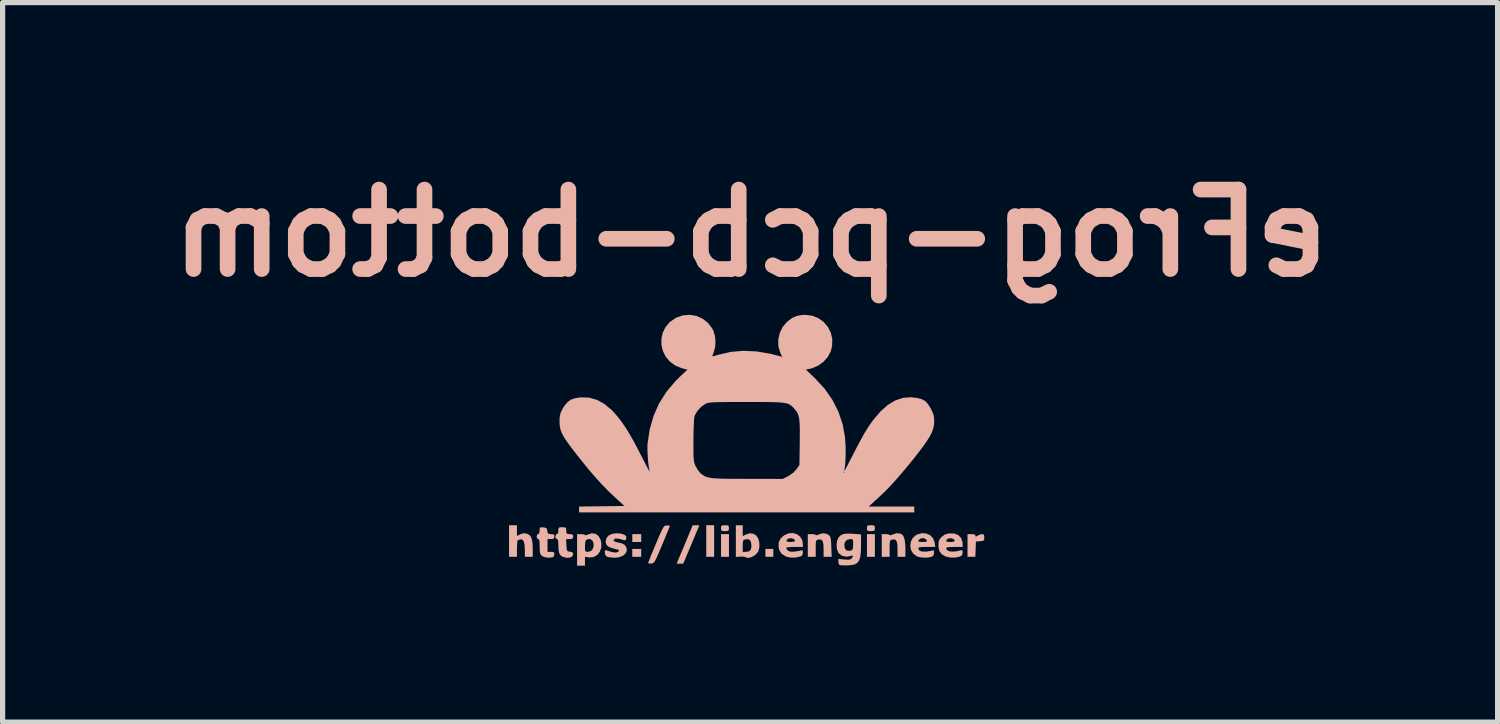
<source format=kicad_pcb>
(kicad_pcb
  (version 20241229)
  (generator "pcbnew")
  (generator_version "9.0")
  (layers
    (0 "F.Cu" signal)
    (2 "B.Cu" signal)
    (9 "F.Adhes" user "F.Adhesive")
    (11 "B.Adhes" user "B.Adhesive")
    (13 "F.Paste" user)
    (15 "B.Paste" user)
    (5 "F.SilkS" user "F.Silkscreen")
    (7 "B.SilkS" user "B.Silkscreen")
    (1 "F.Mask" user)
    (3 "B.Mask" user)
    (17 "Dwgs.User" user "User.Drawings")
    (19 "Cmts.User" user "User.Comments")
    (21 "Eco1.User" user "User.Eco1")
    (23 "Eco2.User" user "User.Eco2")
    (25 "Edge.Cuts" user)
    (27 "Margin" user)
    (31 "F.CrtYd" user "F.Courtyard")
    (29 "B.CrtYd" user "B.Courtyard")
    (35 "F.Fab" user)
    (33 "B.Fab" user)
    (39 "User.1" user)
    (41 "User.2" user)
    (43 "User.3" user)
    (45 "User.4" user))
  (footprint "eFrog-pcb-bottom"
    (layer "F.Cu")
    (at 11.228 5.418)
    (property "Reference" "eFrog-pcb-bottom" (at 0.1 -4 0) (layer "B.SilkS") (effects (font (size 1.524 1.524) (thickness 0.3)) (justify mirror)))
    (attr board_only exclude_from_pos_files exclude_from_bom)
    (fp_poly (pts (xy -1.987 1.921) (xy -2.158 1.921) (xy -2.158 1.77) (xy -1.987 1.77)) (stroke (width 0) (type solid)) (fill yes) (layer "B.SilkS"))
    (fp_poly (pts (xy -1.987 2.205) (xy -2.158 2.205) (xy -2.158 2.054) (xy -1.987 2.054)) (stroke (width 0) (type solid)) (fill yes) (layer "B.SilkS"))
    (fp_poly (pts (xy -0.589 2.205) (xy -0.74 2.205) (xy -0.74 1.6) (xy -0.589 1.6)) (stroke (width 0) (type solid)) (fill yes) (layer "B.SilkS"))
    (fp_poly (pts (xy -0.305 2.205) (xy -0.457 2.205) (xy -0.457 1.77) (xy -0.305 1.77)) (stroke (width 0) (type solid)) (fill yes) (layer "B.SilkS"))
    (fp_poly (pts (xy 0.545 2.205) (xy 0.394 2.205) (xy 0.394 2.054) (xy 0.545 2.054)) (stroke (width 0) (type solid)) (fill yes) (layer "B.SilkS"))
    (fp_poly (pts (xy 2.492 2.205) (xy 2.34 2.205) (xy 2.34 1.77) (xy 2.492 1.77)) (stroke (width 0) (type solid)) (fill yes) (layer "B.SilkS"))
    (fp_poly (pts (xy -0.901 1.671) (xy -0.918 1.712) (xy -0.947 1.78) (xy -0.984 1.869) (xy -1.026 1.969) (xy -1.056 2.039) (xy -1.182 2.337) (xy -1.308 2.337) (xy -1.278 2.266) (xy -1.261 2.225) (xy -1.232 2.156) (xy -1.195 2.068) (xy -1.153 1.968) (xy -1.124 1.898) (xy -1 1.6) (xy -0.872 1.6)) (stroke (width 0) (type solid)) (fill yes) (layer "B.SilkS"))
    (fp_poly (pts (xy -0.333 1.602) (xy -0.311 1.614) (xy -0.306 1.645) (xy -0.305 1.657) (xy -0.308 1.693) (xy -0.325 1.709) (xy -0.365 1.713) (xy -0.381 1.713) (xy -0.43 1.711) (xy -0.451 1.699) (xy -0.457 1.669) (xy -0.457 1.657) (xy -0.454 1.62) (xy -0.438 1.604) (xy -0.397 1.6) (xy -0.381 1.6)) (stroke (width 0) (type solid)) (fill yes) (layer "B.SilkS"))
    (fp_poly (pts (xy 2.464 1.602) (xy 2.486 1.614) (xy 2.491 1.645) (xy 2.492 1.657) (xy 2.489 1.693) (xy 2.472 1.709) (xy 2.432 1.713) (xy 2.416 1.713) (xy 2.367 1.711) (xy 2.346 1.699) (xy 2.34 1.669) (xy 2.34 1.657) (xy 2.343 1.62) (xy 2.36 1.604) (xy 2.4 1.6) (xy 2.416 1.6)) (stroke (width 0) (type solid)) (fill yes) (layer "B.SilkS"))
    (fp_poly (pts (xy 4.396 1.774) (xy 4.417 1.789) (xy 4.419 1.8) (xy 4.423 1.818) (xy 4.44 1.814) (xy 4.461 1.8) (xy 4.51 1.777) (xy 4.546 1.77) (xy 4.576 1.776) (xy 4.588 1.801) (xy 4.589 1.835) (xy 4.587 1.876) (xy 4.573 1.896) (xy 4.536 1.904) (xy 4.509 1.906) (xy 4.429 1.912) (xy 4.418 2.205) (xy 4.268 2.205) (xy 4.268 1.77) (xy 4.344 1.77)) (stroke (width 0) (type solid)) (fill yes) (layer "B.SilkS"))
    (fp_poly (pts (xy -4.369 1.806) (xy -4.317 1.779) (xy -4.25 1.754) (xy -4.189 1.759) (xy -4.153 1.773) (xy -4.113 1.804) (xy -4.087 1.857) (xy -4.071 1.937) (xy -4.066 2.049) (xy -4.066 2.056) (xy -4.066 2.205) (xy -4.218 2.205) (xy -4.218 2.064) (xy -4.224 1.966) (xy -4.242 1.901) (xy -4.272 1.871) (xy -4.307 1.873) (xy -4.342 1.883) (xy -4.351 1.883) (xy -4.359 1.901) (xy -4.365 1.947) (xy -4.368 2.014) (xy -4.369 2.044) (xy -4.369 2.205) (xy -4.52 2.205) (xy -4.52 1.6) (xy -4.369 1.6)) (stroke (width 0) (type solid)) (fill yes) (layer "B.SilkS"))
    (fp_poly (pts (xy 2.988 1.762) (xy 2.992 1.763) (xy 3.033 1.797) (xy 3.06 1.863) (xy 3.075 1.963) (xy 3.077 2.043) (xy 3.077 2.205) (xy 2.926 2.205) (xy 2.926 2.054) (xy 2.922 1.964) (xy 2.909 1.906) (xy 2.884 1.877) (xy 2.843 1.872) (xy 2.816 1.877) (xy 2.796 1.885) (xy 2.784 1.902) (xy 2.777 1.936) (xy 2.775 1.995) (xy 2.775 2.046) (xy 2.775 2.205) (xy 2.624 2.205) (xy 2.624 1.77) (xy 2.699 1.77) (xy 2.747 1.774) (xy 2.773 1.784) (xy 2.775 1.788) (xy 2.789 1.793) (xy 2.824 1.78) (xy 2.827 1.779) (xy 2.909 1.753)) (stroke (width 0) (type solid)) (fill yes) (layer "B.SilkS"))
    (fp_poly (pts (xy 1.564 1.763) (xy 1.606 1.787) (xy 1.627 1.807) (xy 1.64 1.832) (xy 1.648 1.871) (xy 1.654 1.931) (xy 1.657 2.014) (xy 1.664 2.205) (xy 1.509 2.205) (xy 1.509 2.054) (xy 1.505 1.964) (xy 1.492 1.906) (xy 1.466 1.877) (xy 1.426 1.872) (xy 1.398 1.877) (xy 1.378 1.885) (xy 1.366 1.902) (xy 1.36 1.936) (xy 1.358 1.995) (xy 1.358 2.046) (xy 1.358 2.205) (xy 1.206 2.205) (xy 1.206 1.77) (xy 1.282 1.77) (xy 1.329 1.774) (xy 1.356 1.784) (xy 1.358 1.788) (xy 1.372 1.793) (xy 1.406 1.78) (xy 1.41 1.779) (xy 1.49 1.754)) (stroke (width 0) (type solid)) (fill yes) (layer "B.SilkS"))
    (fp_poly (pts (xy -1.458 1.604) (xy -1.44 1.612) (xy -1.439 1.613) (xy -1.446 1.635) (xy -1.466 1.686) (xy -1.496 1.76) (xy -1.534 1.853) (xy -1.578 1.959) (xy -1.587 1.978) (xy -1.637 2.097) (xy -1.675 2.185) (xy -1.704 2.248) (xy -1.726 2.289) (xy -1.745 2.314) (xy -1.762 2.327) (xy -1.781 2.332) (xy -1.795 2.334) (xy -1.836 2.333) (xy -1.855 2.325) (xy -1.855 2.324) (xy -1.847 2.303) (xy -1.828 2.252) (xy -1.798 2.178) (xy -1.759 2.085) (xy -1.715 1.979) (xy -1.707 1.959) (xy -1.657 1.84) (xy -1.618 1.752) (xy -1.589 1.69) (xy -1.567 1.648) (xy -1.548 1.623) (xy -1.531 1.61) (xy -1.512 1.605) (xy -1.499 1.604)) (stroke (width 0) (type solid)) (fill yes) (layer "B.SilkS"))
    (fp_poly (pts (xy -0.041 1.809) (xy 0.015 1.78) (xy 0.095 1.754) (xy 0.166 1.764) (xy 0.216 1.795) (xy 0.255 1.85) (xy 0.276 1.926) (xy 0.279 2.01) (xy 0.262 2.088) (xy 0.254 2.107) (xy 0.215 2.156) (xy 0.16 2.196) (xy 0.101 2.22) (xy 0.046 2.226) (xy 0.009 2.211) (xy -0.016 2.204) (xy -0.065 2.201) (xy -0.089 2.202) (xy -0.173 2.207) (xy -0.173 2.11) (xy -0.041 2.11) (xy 0.025 2.11) (xy 0.08 2.101) (xy 0.111 2.072) (xy 0.125 2.021) (xy 0.124 1.962) (xy 0.112 1.908) (xy 0.09 1.878) (xy 0.049 1.868) (xy 0.009 1.872) (xy -0.019 1.881) (xy -0.034 1.899) (xy -0.04 1.935) (xy -0.041 1.997) (xy -0.041 2.11) (xy -0.173 2.11) (xy -0.173 1.6) (xy -0.041 1.6)) (stroke (width 0) (type solid)) (fill yes) (layer "B.SilkS"))
    (fp_poly (pts (xy -2.862 1.764) (xy -2.805 1.807) (xy -2.765 1.878) (xy -2.752 1.931) (xy -2.752 2.026) (xy -2.78 2.107) (xy -2.83 2.171) (xy -2.898 2.209) (xy -2.979 2.218) (xy -2.991 2.216) (xy -3.065 2.204) (xy -3.065 2.375) (xy -3.216 2.375) (xy -3.216 1.999) (xy -3.065 1.999) (xy -3.064 2.061) (xy -3.058 2.094) (xy -3.044 2.108) (xy -3.016 2.11) (xy -3.009 2.11) (xy -2.95 2.094) (xy -2.924 2.068) (xy -2.9 2.012) (xy -2.899 1.953) (xy -2.917 1.902) (xy -2.953 1.87) (xy -2.979 1.865) (xy -3.025 1.87) (xy -3.051 1.893) (xy -3.062 1.94) (xy -3.065 1.999) (xy -3.216 1.999) (xy -3.216 1.77) (xy -3.14 1.77) (xy -3.093 1.774) (xy -3.067 1.784) (xy -3.065 1.788) (xy -3.051 1.793) (xy -3.016 1.78) (xy -3.013 1.779) (xy -2.933 1.754)) (stroke (width 0) (type solid)) (fill yes) (layer "B.SilkS"))
    (fp_poly (pts (xy -3.863 1.641) (xy -3.816 1.649) (xy -3.795 1.667) (xy -3.787 1.707) (xy -3.786 1.709) (xy -3.778 1.75) (xy -3.757 1.767) (xy -3.716 1.77) (xy -3.671 1.774) (xy -3.653 1.79) (xy -3.651 1.817) (xy -3.656 1.849) (xy -3.678 1.862) (xy -3.717 1.865) (xy -3.783 1.865) (xy -3.783 2.11) (xy -3.717 2.11) (xy -3.672 2.114) (xy -3.654 2.13) (xy -3.651 2.155) (xy -3.662 2.195) (xy -3.68 2.212) (xy -3.739 2.222) (xy -3.808 2.219) (xy -3.864 2.203) (xy -3.868 2.201) (xy -3.9 2.179) (xy -3.92 2.152) (xy -3.93 2.11) (xy -3.933 2.045) (xy -3.934 2.002) (xy -3.935 1.928) (xy -3.941 1.886) (xy -3.953 1.867) (xy -3.962 1.865) (xy -3.985 1.848) (xy -3.991 1.817) (xy -3.981 1.779) (xy -3.962 1.77) (xy -3.942 1.756) (xy -3.934 1.711) (xy -3.934 1.703) (xy -3.932 1.659) (xy -3.918 1.641) (xy -3.881 1.64)) (stroke (width 0) (type solid)) (fill yes) (layer "B.SilkS"))
    (fp_poly (pts (xy -3.451 1.64) (xy -3.429 1.652) (xy -3.424 1.684) (xy -3.424 1.704) (xy -3.421 1.748) (xy -3.404 1.766) (xy -3.363 1.77) (xy -3.358 1.77) (xy -3.313 1.774) (xy -3.295 1.79) (xy -3.291 1.817) (xy -3.296 1.849) (xy -3.318 1.862) (xy -3.359 1.865) (xy -3.426 1.865) (xy -3.42 1.983) (xy -3.416 2.047) (xy -3.409 2.083) (xy -3.394 2.099) (xy -3.366 2.105) (xy -3.353 2.107) (xy -3.31 2.116) (xy -3.293 2.139) (xy -3.291 2.157) (xy -3.308 2.196) (xy -3.35 2.219) (xy -3.411 2.224) (xy -3.482 2.209) (xy -3.493 2.205) (xy -3.534 2.177) (xy -3.56 2.131) (xy -3.573 2.059) (xy -3.575 1.989) (xy -3.577 1.919) (xy -3.583 1.881) (xy -3.597 1.866) (xy -3.603 1.865) (xy -3.626 1.848) (xy -3.632 1.817) (xy -3.622 1.779) (xy -3.603 1.77) (xy -3.582 1.756) (xy -3.575 1.71) (xy -3.575 1.704) (xy -3.573 1.662) (xy -3.559 1.643) (xy -3.522 1.638) (xy -3.499 1.638)) (stroke (width 0) (type solid)) (fill yes) (layer "B.SilkS"))
    (fp_poly (pts (xy -2.367 1.763) (xy -2.303 1.784) (xy -2.272 1.818) (xy -2.275 1.865) (xy -2.278 1.873) (xy -2.29 1.887) (xy -2.317 1.887) (xy -2.366 1.872) (xy -2.435 1.856) (xy -2.486 1.858) (xy -2.514 1.879) (xy -2.517 1.892) (xy -2.499 1.911) (xy -2.455 1.926) (xy -2.439 1.929) (xy -2.356 1.948) (xy -2.303 1.978) (xy -2.273 2.021) (xy -2.271 2.026) (xy -2.263 2.089) (xy -2.288 2.142) (xy -2.339 2.185) (xy -2.41 2.213) (xy -2.497 2.224) (xy -2.594 2.215) (xy -2.63 2.207) (xy -2.666 2.187) (xy -2.681 2.146) (xy -2.683 2.131) (xy -2.685 2.089) (xy -2.674 2.076) (xy -2.655 2.081) (xy -2.555 2.113) (xy -2.481 2.124) (xy -2.435 2.113) (xy -2.433 2.111) (xy -2.413 2.091) (xy -2.416 2.077) (xy -2.447 2.064) (xy -2.501 2.051) (xy -2.586 2.026) (xy -2.639 1.993) (xy -2.664 1.949) (xy -2.668 1.912) (xy -2.651 1.843) (xy -2.605 1.792) (xy -2.534 1.762) (xy -2.441 1.754)) (stroke (width 0) (type solid)) (fill yes) (layer "B.SilkS"))
    (fp_poly (pts (xy 0.995 1.77) (xy 1.057 1.816) (xy 1.099 1.883) (xy 1.112 1.96) (xy 1.112 2.016) (xy 0.951 2.016) (xy 0.879 2.018) (xy 0.823 2.023) (xy 0.793 2.03) (xy 0.791 2.033) (xy 0.803 2.059) (xy 0.822 2.083) (xy 0.854 2.102) (xy 0.902 2.108) (xy 0.95 2.105) (xy 1.012 2.097) (xy 1.063 2.087) (xy 1.079 2.082) (xy 1.102 2.079) (xy 1.111 2.101) (xy 1.112 2.125) (xy 1.105 2.168) (xy 1.077 2.193) (xy 1.052 2.203) (xy 0.965 2.22) (xy 0.869 2.219) (xy 0.786 2.199) (xy 0.781 2.197) (xy 0.705 2.147) (xy 0.66 2.078) (xy 0.646 2.012) (xy 0.65 1.924) (xy 0.668 1.888) (xy 0.798 1.888) (xy 0.8 1.908) (xy 0.839 1.92) (xy 0.874 1.921) (xy 0.931 1.918) (xy 0.957 1.905) (xy 0.961 1.893) (xy 0.945 1.869) (xy 0.906 1.852) (xy 0.862 1.849) (xy 0.831 1.858) (xy 0.798 1.888) (xy 0.668 1.888) (xy 0.685 1.853) (xy 0.751 1.794) (xy 0.835 1.756) (xy 0.918 1.749)) (stroke (width 0) (type solid)) (fill yes) (layer "B.SilkS"))
    (fp_poly (pts (xy 3.475 1.758) (xy 3.55 1.79) (xy 3.606 1.848) (xy 3.637 1.927) (xy 3.639 1.937) (xy 3.649 2.016) (xy 3.486 2.016) (xy 3.404 2.017) (xy 3.353 2.022) (xy 3.328 2.031) (xy 3.323 2.042) (xy 3.34 2.081) (xy 3.387 2.103) (xy 3.464 2.106) (xy 3.469 2.106) (xy 3.53 2.098) (xy 3.579 2.088) (xy 3.592 2.083) (xy 3.615 2.079) (xy 3.624 2.1) (xy 3.625 2.128) (xy 3.617 2.175) (xy 3.587 2.201) (xy 3.577 2.205) (xy 3.501 2.221) (xy 3.411 2.221) (xy 3.327 2.206) (xy 3.289 2.192) (xy 3.224 2.141) (xy 3.184 2.072) (xy 3.171 1.993) (xy 3.182 1.913) (xy 3.186 1.906) (xy 3.323 1.906) (xy 3.34 1.915) (xy 3.383 1.921) (xy 3.408 1.921) (xy 3.459 1.918) (xy 3.489 1.911) (xy 3.493 1.906) (xy 3.477 1.875) (xy 3.439 1.851) (xy 3.408 1.846) (xy 3.364 1.857) (xy 3.331 1.884) (xy 3.323 1.906) (xy 3.186 1.906) (xy 3.22 1.842) (xy 3.282 1.788) (xy 3.297 1.78) (xy 3.388 1.753)) (stroke (width 0) (type solid)) (fill yes) (layer "B.SilkS"))
    (fp_poly (pts (xy 4.015 1.759) (xy 4.093 1.79) (xy 4.146 1.847) (xy 4.172 1.927) (xy 4.174 1.958) (xy 4.174 2.016) (xy 4.013 2.016) (xy 3.928 2.018) (xy 3.877 2.024) (xy 3.857 2.037) (xy 3.863 2.059) (xy 3.884 2.082) (xy 3.924 2.101) (xy 3.989 2.106) (xy 4.066 2.098) (xy 4.131 2.082) (xy 4.161 2.077) (xy 4.172 2.094) (xy 4.174 2.125) (xy 4.167 2.168) (xy 4.138 2.193) (xy 4.114 2.203) (xy 4.026 2.22) (xy 3.931 2.219) (xy 3.848 2.199) (xy 3.843 2.197) (xy 3.77 2.153) (xy 3.728 2.095) (xy 3.711 2.014) (xy 3.711 1.986) (xy 3.714 1.921) (xy 3.724 1.888) (xy 3.859 1.888) (xy 3.862 1.908) (xy 3.9 1.92) (xy 3.936 1.921) (xy 3.993 1.918) (xy 4.019 1.905) (xy 4.022 1.893) (xy 4.006 1.869) (xy 3.968 1.852) (xy 3.923 1.849) (xy 3.893 1.858) (xy 3.859 1.888) (xy 3.724 1.888) (xy 3.727 1.878) (xy 3.757 1.838) (xy 3.77 1.825) (xy 3.831 1.779) (xy 3.905 1.758) (xy 3.916 1.756)) (stroke (width 0) (type solid)) (fill yes) (layer "B.SilkS"))
    (fp_poly (pts (xy 2.046 1.762) (xy 2.076 1.764) (xy 2.227 1.776) (xy 2.227 1.967) (xy 2.224 2.1) (xy 2.213 2.201) (xy 2.191 2.273) (xy 2.156 2.321) (xy 2.105 2.351) (xy 2.034 2.365) (xy 1.975 2.369) (xy 1.905 2.37) (xy 1.848 2.368) (xy 1.817 2.364) (xy 1.816 2.363) (xy 1.799 2.339) (xy 1.792 2.299) (xy 1.792 2.246) (xy 1.909 2.257) (xy 1.976 2.261) (xy 2.016 2.257) (xy 2.04 2.244) (xy 2.05 2.232) (xy 2.073 2.194) (xy 2.066 2.18) (xy 2.03 2.188) (xy 2.023 2.19) (xy 1.943 2.203) (xy 1.867 2.187) (xy 1.806 2.144) (xy 1.79 2.123) (xy 1.765 2.057) (xy 1.759 1.985) (xy 1.906 1.985) (xy 1.918 2.05) (xy 1.954 2.085) (xy 2.011 2.09) (xy 2.046 2.08) (xy 2.065 2.061) (xy 2.074 2.017) (xy 2.076 1.967) (xy 2.075 1.908) (xy 2.068 1.878) (xy 2.051 1.866) (xy 2.02 1.865) (xy 1.957 1.88) (xy 1.918 1.923) (xy 1.906 1.985) (xy 1.759 1.985) (xy 1.758 1.976) (xy 1.768 1.897) (xy 1.796 1.834) (xy 1.803 1.825) (xy 1.843 1.789) (xy 1.891 1.768) (xy 1.956 1.76)) (stroke (width 0) (type solid)) (fill yes) (layer "B.SilkS"))
    (fp_poly (pts (xy -0.931 -2.413) (xy -0.813 -2.361) (xy -0.71 -2.281) (xy -0.628 -2.175) (xy -0.602 -2.125) (xy -0.574 -2.029) (xy -0.563 -1.919) (xy -0.571 -1.809) (xy -0.596 -1.719) (xy -0.614 -1.672) (xy -0.622 -1.643) (xy -0.621 -1.639) (xy -0.602 -1.641) (xy -0.557 -1.653) (xy -0.501 -1.669) (xy -0.269 -1.723) (xy -0.026 -1.744) (xy 0.23 -1.731) (xy 0.499 -1.685) (xy 0.673 -1.64) (xy 0.715 -1.627) (xy 0.678 -1.71) (xy 0.642 -1.831) (xy 0.64 -1.959) (xy 0.669 -2.086) (xy 0.726 -2.203) (xy 0.809 -2.3) (xy 0.904 -2.372) (xy 1 -2.414) (xy 1.112 -2.432) (xy 1.15 -2.433) (xy 1.285 -2.418) (xy 1.406 -2.371) (xy 1.509 -2.298) (xy 1.59 -2.203) (xy 1.647 -2.091) (xy 1.676 -1.967) (xy 1.672 -1.835) (xy 1.65 -1.741) (xy 1.592 -1.629) (xy 1.506 -1.532) (xy 1.398 -1.455) (xy 1.277 -1.406) (xy 1.239 -1.397) (xy 1.169 -1.384) (xy 1.339 -1.222) (xy 1.526 -1.02) (xy 1.677 -0.805) (xy 1.794 -0.575) (xy 1.875 -0.333) (xy 1.921 -0.077) (xy 1.932 0.116) (xy 1.932 0.219) (xy 1.929 0.32) (xy 1.925 0.407) (xy 1.92 0.457) (xy 1.906 0.57) (xy 2.081 0.23) (xy 2.16 0.078) (xy 2.227 -0.046) (xy 2.283 -0.148) (xy 2.334 -0.232) (xy 2.381 -0.307) (xy 2.43 -0.376) (xy 2.466 -0.424) (xy 2.602 -0.584) (xy 2.741 -0.706) (xy 2.882 -0.792) (xy 3.028 -0.841) (xy 3.179 -0.854) (xy 3.308 -0.839) (xy 3.392 -0.816) (xy 3.456 -0.781) (xy 3.507 -0.728) (xy 3.558 -0.647) (xy 3.567 -0.631) (xy 3.603 -0.555) (xy 3.622 -0.491) (xy 3.629 -0.417) (xy 3.629 -0.392) (xy 3.625 -0.323) (xy 3.611 -0.254) (xy 3.585 -0.182) (xy 3.544 -0.101) (xy 3.485 -0.008) (xy 3.408 0.102) (xy 3.309 0.231) (xy 3.213 0.353) (xy 3.06 0.539) (xy 2.922 0.7) (xy 2.794 0.842) (xy 2.668 0.97) (xy 2.54 1.091) (xy 2.503 1.124) (xy 2.373 1.241) (xy 3.247 1.241) (xy 3.247 1.354) (xy -3.178 1.354) (xy -3.178 1.242) (xy -2.309 1.231) (xy -2.49 1.065) (xy -2.619 0.943) (xy -2.743 0.816) (xy -2.868 0.678) (xy -3.001 0.523) (xy -3.145 0.345) (xy -3.203 0.272) (xy -3.304 0.142) (xy -3.383 0.037) (xy -3.443 -0.05) (xy -3.486 -0.121) (xy -3.516 -0.184) (xy -3.536 -0.241) (xy -3.547 -0.299) (xy -3.552 -0.347) (xy -3.552 -0.457) (xy -3.534 -0.549) (xy -3.491 -0.639) (xy -3.453 -0.697) (xy -3.396 -0.763) (xy -3.333 -0.808) (xy -3.253 -0.835) (xy -3.146 -0.851) (xy -3.139 -0.851) (xy -2.984 -0.846) (xy -2.834 -0.803) (xy -2.689 -0.723) (xy -2.549 -0.605) (xy -2.441 -0.485) (xy -2.367 -0.389) (xy -2.296 -0.287) (xy -2.225 -0.173) (xy -2.149 -0.042) (xy -2.066 0.113) (xy -1.972 0.296) (xy -1.923 0.391) (xy -1.882 0.471) (xy -1.85 0.53) (xy -1.83 0.565) (xy -1.825 0.571) (xy -1.825 0.57) (xy -1.839 0.497) (xy -1.852 0.399) (xy -1.861 0.289) (xy -1.867 0.179) (xy -1.867 0.082) (xy -1.865 0.032) (xy -1.858 -0.015) (xy -0.986 -0.015) (xy -0.986 0.118) (xy -0.985 0.219) (xy -0.983 0.294) (xy -0.979 0.349) (xy -0.972 0.39) (xy -0.963 0.423) (xy -0.95 0.455) (xy -0.937 0.481) (xy -0.899 0.544) (xy -0.855 0.598) (xy -0.83 0.62) (xy -0.797 0.643) (xy -0.765 0.661) (xy -0.729 0.676) (xy -0.685 0.687) (xy -0.63 0.696) (xy -0.558 0.702) (xy -0.468 0.706) (xy -0.353 0.709) (xy -0.21 0.71) (xy -0.035 0.711) (xy 0.045 0.711) (xy 0.727 0.712) (xy 0.83 0.66) (xy 0.932 0.59) (xy 0.933 0.589) (xy 1.887 0.589) (xy 1.896 0.598) (xy 1.906 0.589) (xy 1.896 0.579) (xy 1.887 0.589) (xy 0.933 0.589) (xy 0.989 0.526) (xy 1.046 0.444) (xy 1.052 0.016) (xy 1.053 -0.141) (xy 1.053 -0.266) (xy 1.049 -0.363) (xy 1.042 -0.438) (xy 1.03 -0.495) (xy 1.013 -0.541) (xy 0.99 -0.58) (xy 0.96 -0.618) (xy 0.957 -0.622) (xy 0.927 -0.656) (xy 0.899 -0.684) (xy 0.869 -0.707) (xy 0.834 -0.725) (xy 0.789 -0.738) (xy 0.732 -0.748) (xy 0.657 -0.755) (xy 0.561 -0.759) (xy 0.441 -0.761) (xy 0.292 -0.762) (xy 0.111 -0.762) (xy 0.035 -0.762) (xy -0.15 -0.762) (xy -0.301 -0.762) (xy -0.422 -0.761) (xy -0.517 -0.759) (xy -0.59 -0.757) (xy -0.644 -0.753) (xy -0.684 -0.749) (xy -0.714 -0.743) (xy -0.737 -0.735) (xy -0.757 -0.726) (xy -0.84 -0.668) (xy -0.911 -0.59) (xy -0.959 -0.506) (xy -0.966 -0.484) (xy -0.972 -0.444) (xy -0.977 -0.372) (xy -0.981 -0.277) (xy -0.984 -0.165) (xy -0.986 -0.042) (xy -0.986 -0.015) (xy -1.858 -0.015) (xy -1.823 -0.243) (xy -1.749 -0.499) (xy -1.643 -0.737) (xy -1.503 -0.958) (xy -1.329 -1.163) (xy -1.251 -1.241) (xy -1.102 -1.381) (xy -1.21 -1.41) (xy -1.337 -1.463) (xy -1.44 -1.539) (xy -1.519 -1.633) (xy -1.572 -1.741) (xy -1.599 -1.857) (xy -1.6 -1.975) (xy -1.574 -2.091) (xy -1.52 -2.2) (xy -1.438 -2.296) (xy -1.327 -2.373) (xy -1.319 -2.377) (xy -1.19 -2.423) (xy -1.059 -2.434)) (stroke (width 0) (type solid)) (fill yes) (layer "B.SilkS")))
  (gr_rect
    (start -3 -3)
    (end 25.657 10.793)
    (stroke (width 0.1) (type default))
    (fill no)
    (layer "Edge.Cuts")))
</source>
